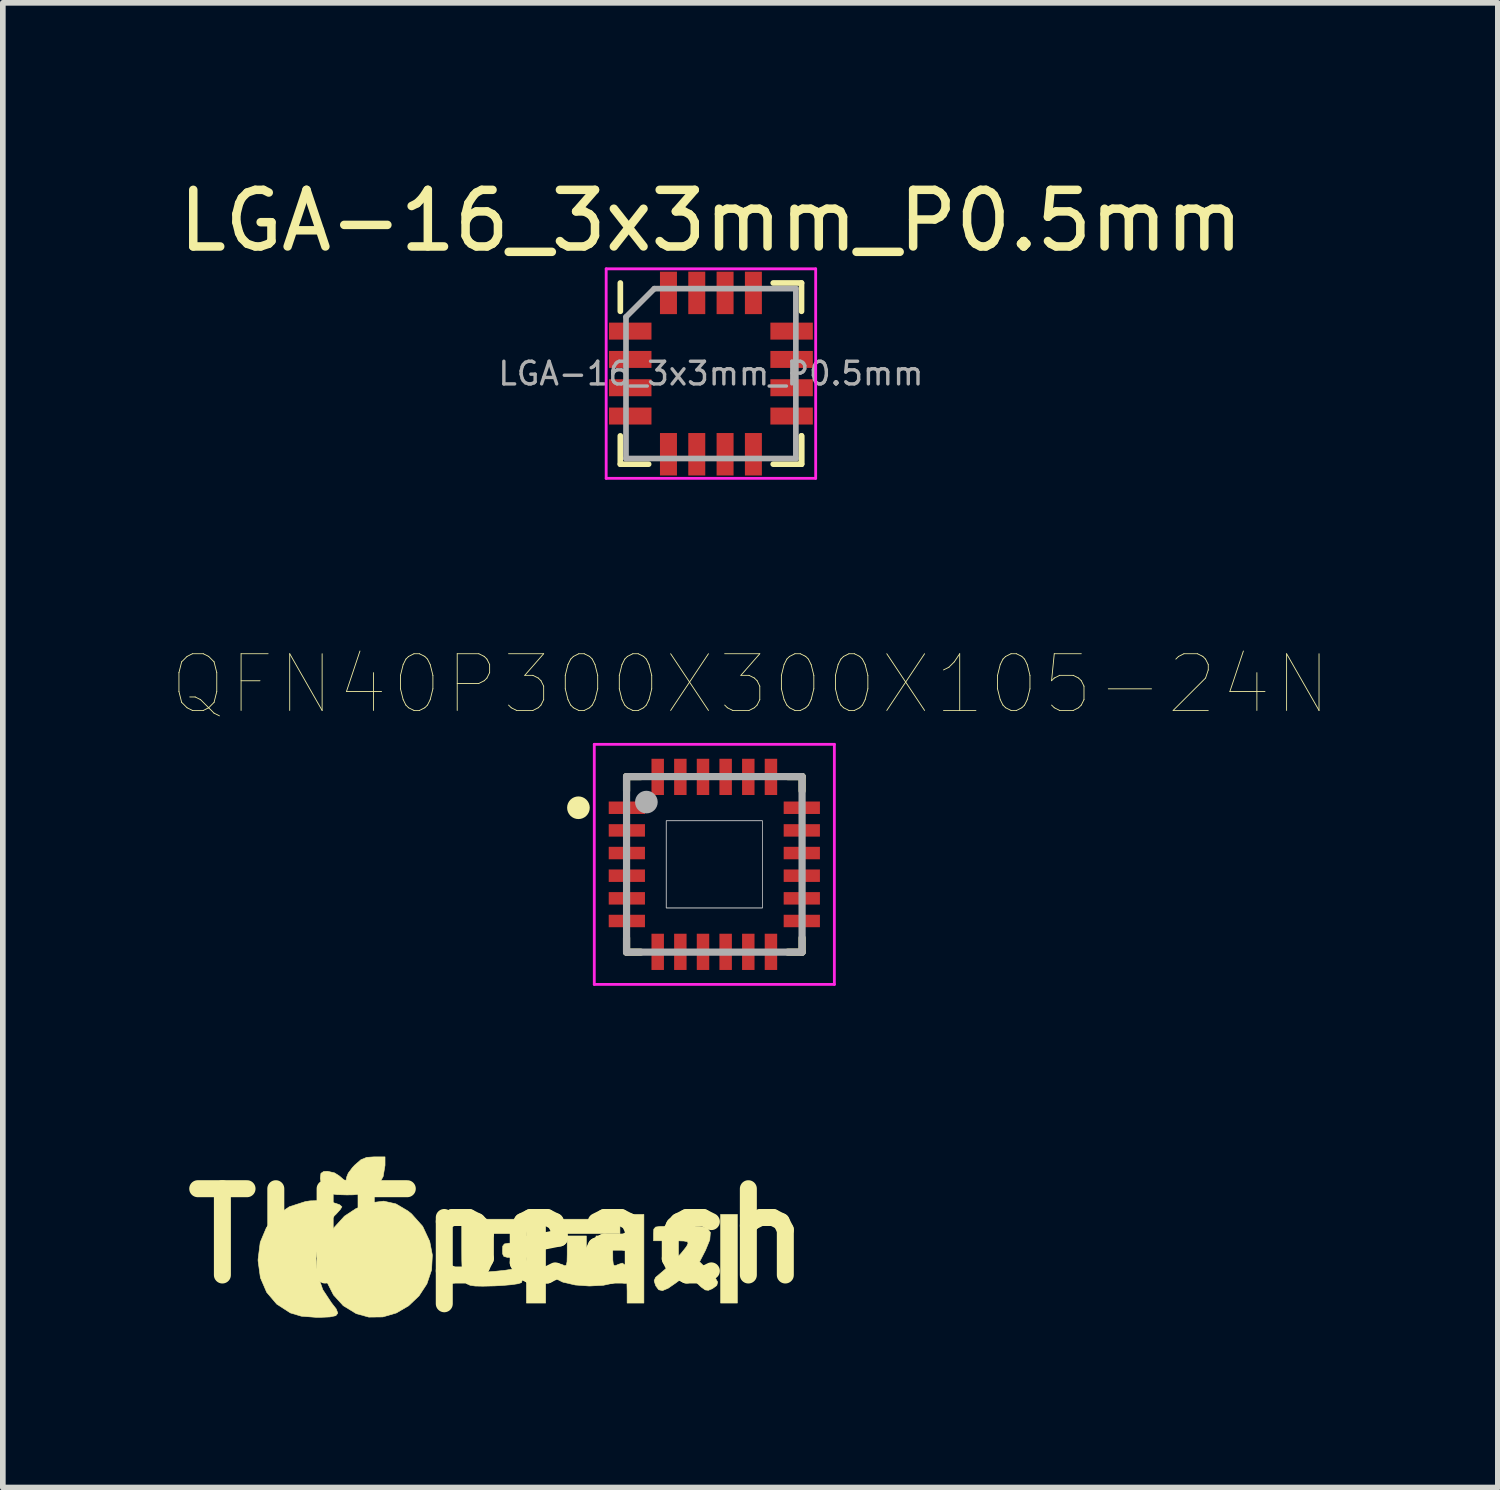
<source format=kicad_pcb>
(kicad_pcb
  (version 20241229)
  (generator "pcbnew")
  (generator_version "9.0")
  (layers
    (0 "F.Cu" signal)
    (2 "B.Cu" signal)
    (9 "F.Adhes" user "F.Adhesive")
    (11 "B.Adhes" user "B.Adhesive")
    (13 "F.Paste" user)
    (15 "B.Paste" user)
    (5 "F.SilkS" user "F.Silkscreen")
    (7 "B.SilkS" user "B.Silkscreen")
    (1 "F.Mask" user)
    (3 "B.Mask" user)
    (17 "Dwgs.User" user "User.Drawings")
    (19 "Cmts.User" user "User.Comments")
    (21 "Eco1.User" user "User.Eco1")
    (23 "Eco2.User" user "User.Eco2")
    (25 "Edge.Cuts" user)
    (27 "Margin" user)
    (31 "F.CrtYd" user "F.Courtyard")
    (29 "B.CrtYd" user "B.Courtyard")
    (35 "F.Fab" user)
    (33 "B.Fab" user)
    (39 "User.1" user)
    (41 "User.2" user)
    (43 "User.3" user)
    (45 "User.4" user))
  (footprint "THEpeach"
    (layer "F.Cu")
    (at 5.74 18.779)
    (property "Reference" "THEpeach" (at 0 0 0) (layer "F.SilkS") (effects (font (size 1.524 1.524) (thickness 0.3))))
    (attr through_hole)
    (fp_poly (pts (xy 2.159 -0.042) (xy 1.058 -0.042) (xy 1.058 -0.296) (xy 2.159 -0.296) (xy 2.159 -0.042)) (stroke (width 0.01) (type solid)) (fill yes) (layer "F.SilkS"))
    (fp_poly (pts (xy 4.233 1.185) (xy 3.937 1.185) (xy 3.937 -0.381) (xy 4.233 -0.381) (xy 4.233 1.185)) (stroke (width 0.01) (type solid)) (fill yes) (layer "F.SilkS"))
    (fp_poly (pts (xy 0.847 1.185) (xy 0.508 1.185) (xy 0.508 0.381) (xy 0.296 0.381) (xy 0.171 0.378) (xy 0.109 0.361) (xy 0.087 0.317) (xy 0.085 0.254) (xy 0.089 0.179) (xy 0.118 0.141) (xy 0.192 0.128) (xy 0.296 0.127) (xy 0.508 0.127) (xy 0.508 -0.381) (xy 0.847 -0.381) (xy 0.847 1.185)) (stroke (width 0.01) (type solid)) (fill yes) (layer "F.SilkS"))
    (fp_poly (pts (xy -1.798 -0.567) (xy -1.586 -0.442) (xy -1.522 -0.391) (xy -1.325 -0.17) (xy -1.201 0.094) (xy -1.154 0.337) (xy -1.168 0.601) (xy -1.25 0.845) (xy -1.389 1.058) (xy -1.573 1.233) (xy -1.79 1.36) (xy -2.029 1.43) (xy -2.276 1.433) (xy -2.498 1.372) (xy -2.728 1.231) (xy -2.9 1.042) (xy -3.013 0.819) (xy -3.069 0.574) (xy -3.066 0.321) (xy -3.004 0.074) (xy -2.884 -0.154) (xy -2.706 -0.35) (xy -2.504 -0.483) (xy -2.244 -0.586) (xy -2.013 -0.615) (xy -1.798 -0.567)) (stroke (width 0.01) (type solid)) (fill yes) (layer "F.SilkS"))
    (fp_poly (pts (xy -1.99 -1.247) (xy -2.023 -1.05) (xy -2.115 -0.886) (xy -2.238 -0.786) (xy -2.363 -0.748) (xy -2.547 -0.727) (xy -2.664 -0.725) (xy -2.838 -0.73) (xy -2.951 -0.748) (xy -3.025 -0.784) (xy -3.051 -0.807) (xy -3.112 -0.91) (xy -3.133 -1.016) (xy -3.122 -1.106) (xy -3.073 -1.139) (xy -3.006 -1.143) (xy -2.881 -1.114) (xy -2.794 -1.058) (xy -2.715 -0.989) (xy -2.677 -0.984) (xy -2.667 -1.041) (xy -2.639 -1.11) (xy -2.567 -1.206) (xy -2.523 -1.253) (xy -2.416 -1.346) (xy -2.314 -1.388) (xy -2.184 -1.397) (xy -1.99 -1.397) (xy -1.99 -1.247)) (stroke (width 0.01) (type solid)) (fill yes) (layer "F.SilkS"))
    (fp_poly (pts (xy 0.296 -0.042) (xy -0.296 -0.042) (xy -0.296 0.645) (xy -0.032 0.623) (xy 0.124 0.607) (xy 0.256 0.587) (xy 0.322 0.572) (xy 0.39 0.566) (xy 0.425 0.618) (xy 0.436 0.663) (xy 0.44 0.764) (xy 0.419 0.824) (xy 0.362 0.843) (xy 0.24 0.861) (xy 0.074 0.875) (xy -0.057 0.882) (xy -0.262 0.887) (xy -0.399 0.884) (xy -0.487 0.871) (xy -0.543 0.845) (xy -0.564 0.827) (xy -0.595 0.783) (xy -0.615 0.712) (xy -0.628 0.601) (xy -0.634 0.432) (xy -0.635 0.23) (xy -0.635 -0.296) (xy 0.296 -0.296) (xy 0.296 -0.042)) (stroke (width 0.01) (type solid)) (fill yes) (layer "F.SilkS"))
    (fp_poly (pts (xy -3.031 -0.611) (xy -2.895 -0.586) (xy -2.794 -0.553) (xy -2.752 -0.516) (xy -2.752 -0.514) (xy -2.78 -0.468) (xy -2.851 -0.389) (xy -2.884 -0.357) (xy -3.059 -0.138) (xy -3.168 0.119) (xy -3.209 0.396) (xy -3.183 0.678) (xy -3.089 0.949) (xy -2.936 1.181) (xy -2.852 1.289) (xy -2.824 1.363) (xy -2.859 1.408) (xy -2.963 1.43) (xy -3.143 1.438) (xy -3.196 1.438) (xy -3.468 1.417) (xy -3.662 1.359) (xy -3.902 1.204) (xy -4.08 0.995) (xy -4.191 0.737) (xy -4.232 0.438) (xy -4.232 0.414) (xy -4.194 0.112) (xy -4.084 -0.149) (xy -3.911 -0.36) (xy -3.68 -0.516) (xy -3.398 -0.607) (xy -3.313 -0.62) (xy -3.178 -0.624) (xy -3.031 -0.611)) (stroke (width 0.01) (type solid)) (fill yes) (layer "F.SilkS"))
    (fp_poly (pts (xy 3.381 -0.373) (xy 3.422 -0.338) (xy 3.429 -0.275) (xy 3.44 -0.203) (xy 3.49 -0.174) (xy 3.576 -0.169) (xy 3.699 -0.143) (xy 3.756 -0.063) (xy 3.746 0.068) (xy 3.671 0.251) (xy 3.565 0.457) (xy 3.73 0.618) (xy 3.84 0.735) (xy 3.885 0.815) (xy 3.869 0.874) (xy 3.794 0.929) (xy 3.788 0.932) (xy 3.721 0.96) (xy 3.665 0.953) (xy 3.593 0.901) (xy 3.518 0.83) (xy 3.355 0.67) (xy 3.156 0.822) (xy 3.011 0.923) (xy 2.911 0.965) (xy 2.843 0.95) (xy 2.791 0.879) (xy 2.787 0.868) (xy 2.763 0.792) (xy 2.788 0.733) (xy 2.862 0.67) (xy 2.988 0.563) (xy 3.123 0.433) (xy 3.243 0.303) (xy 3.328 0.196) (xy 3.345 0.169) (xy 3.363 0.126) (xy 3.35 0.101) (xy 3.29 0.089) (xy 3.17 0.085) (xy 3.071 0.085) (xy 2.752 0.085) (xy 2.752 -0.042) (xy 2.757 -0.12) (xy 2.789 -0.157) (xy 2.87 -0.169) (xy 2.942 -0.169) (xy 3.06 -0.174) (xy 3.115 -0.195) (xy 3.132 -0.247) (xy 3.133 -0.275) (xy 3.144 -0.347) (xy 3.194 -0.376) (xy 3.281 -0.381) (xy 3.381 -0.373)) (stroke (width 0.01) (type solid)) (fill yes) (layer "F.SilkS"))
    (fp_poly (pts (xy 2.582 1.185) (xy 2.286 1.185) (xy 2.286 0.974) (xy 2.283 0.853) (xy 2.276 0.776) (xy 2.27 0.762) (xy 2.224 0.775) (xy 2.127 0.807) (xy 2.074 0.826) (xy 1.866 0.871) (xy 1.619 0.884) (xy 1.37 0.866) (xy 1.157 0.817) (xy 1.143 0.812) (xy 1.005 0.742) (xy 0.947 0.667) (xy 0.964 0.578) (xy 0.992 0.536) (xy 1.054 0.484) (xy 1.13 0.501) (xy 1.14 0.506) (xy 1.187 0.527) (xy 1.213 0.514) (xy 1.225 0.453) (xy 1.228 0.327) (xy 1.228 0.277) (xy 1.228 0) (xy 1.566 0) (xy 1.566 0.318) (xy 1.568 0.48) (xy 1.577 0.575) (xy 1.598 0.621) (xy 1.636 0.635) (xy 1.651 0.635) (xy 1.694 0.628) (xy 1.72 0.593) (xy 1.732 0.515) (xy 1.736 0.375) (xy 1.736 0.318) (xy 1.736 0) (xy 2.032 0) (xy 2.032 0.277) (xy 2.033 0.424) (xy 2.042 0.502) (xy 2.063 0.527) (xy 2.104 0.514) (xy 2.122 0.505) (xy 2.2 0.479) (xy 2.247 0.512) (xy 2.248 0.514) (xy 2.264 0.5) (xy 2.276 0.412) (xy 2.283 0.26) (xy 2.285 0.095) (xy 2.286 -0.381) (xy 2.582 -0.381) (xy 2.582 1.185)) (stroke (width 0.01) (type solid)) (fill yes) (layer "F.SilkS")))
  (footprint "LGA-16_3x3mm_P0.5mm"
    (layer "F.Cu")
    (at 9.506 3.548)
    (property "Reference" "LGA-16_3x3mm_P0.5mm" (at 0 -2.7 0) (layer "F.SilkS") (effects (font (size 1 1) (thickness 0.15))))
    (attr smd)
    (fp_line (start -1.6 -1.6) (end -1.6 -1.1) (stroke (width 0.1) (type solid)) (layer "F.SilkS"))
    (fp_line (start -1.6 1.6) (end -1.6 1.1) (stroke (width 0.1) (type solid)) (layer "F.SilkS"))
    (fp_line (start -1.6 1.6) (end -1.1 1.6) (stroke (width 0.1) (type solid)) (layer "F.SilkS"))
    (fp_line (start 1.1 -1.6) (end 1.6 -1.6) (stroke (width 0.1) (type solid)) (layer "F.SilkS"))
    (fp_line (start 1.6 -1.6) (end 1.6 -1.1) (stroke (width 0.1) (type solid)) (layer "F.SilkS"))
    (fp_line (start 1.6 1.1) (end 1.6 1.6) (stroke (width 0.1) (type solid)) (layer "F.SilkS"))
    (fp_line (start 1.6 1.6) (end 1.1 1.6) (stroke (width 0.1) (type solid)) (layer "F.SilkS"))
    (fp_line (start 1.6 1.6) (end 1.6 1.1) (stroke (width 0.1) (type solid)) (layer "F.SilkS"))
    (fp_line (start -1.85 -1.85) (end 1.85 -1.85) (stroke (width 0.05) (type solid)) (layer "F.CrtYd"))
    (fp_line (start -1.85 1.85) (end -1.85 -1.85) (stroke (width 0.05) (type solid)) (layer "F.CrtYd"))
    (fp_line (start 1.85 -1.85) (end 1.85 1.85) (stroke (width 0.05) (type solid)) (layer "F.CrtYd"))
    (fp_line (start 1.85 1.85) (end -1.85 1.85) (stroke (width 0.05) (type solid)) (layer "F.CrtYd"))
    (fp_line (start -1.5 -1) (end -1 -1.5) (stroke (width 0.1) (type solid)) (layer "F.Fab"))
    (fp_line (start -1.5 1.5) (end -1.5 -1) (stroke (width 0.1) (type solid)) (layer "F.Fab"))
    (fp_line (start -1 -1.5) (end 1.5 -1.5) (stroke (width 0.1) (type solid)) (layer "F.Fab"))
    (fp_line (start 1.5 -1.5) (end 1.5 1.5) (stroke (width 0.1) (type solid)) (layer "F.Fab"))
    (fp_line (start 1.5 1.5) (end -1.5 1.5) (stroke (width 0.1) (type solid)) (layer "F.Fab"))
    (fp_text user "${REFERENCE}" (at 0 0 180) (layer "F.Fab") (effects (font (size 0.4 0.4) (thickness 0.06))))
    (pad "1" smd rect (at -1.425 -0.75 90) (size 0.3 0.75) (layers "F.Cu" "F.Mask" "F.Paste"))
    (pad "2" smd rect (at -1.425 -0.25 90) (size 0.3 0.75) (layers "F.Cu" "F.Mask" "F.Paste"))
    (pad "3" smd rect (at -1.425 0.25 90) (size 0.3 0.75) (layers "F.Cu" "F.Mask" "F.Paste"))
    (pad "4" smd rect (at -1.425 0.75 90) (size 0.3 0.75) (layers "F.Cu" "F.Mask" "F.Paste"))
    (pad "5" smd rect (at -0.75 1.425) (size 0.3 0.75) (layers "F.Cu" "F.Mask" "F.Paste"))
    (pad "6" smd rect (at -0.25 1.425) (size 0.3 0.75) (layers "F.Cu" "F.Mask" "F.Paste"))
    (pad "7" smd rect (at 0.25 1.425) (size 0.3 0.75) (layers "F.Cu" "F.Mask" "F.Paste"))
    (pad "8" smd rect (at 0.75 1.425) (size 0.3 0.75) (layers "F.Cu" "F.Mask" "F.Paste"))
    (pad "9" smd rect (at 1.425 0.75 90) (size 0.3 0.75) (layers "F.Cu" "F.Mask" "F.Paste"))
    (pad "10" smd rect (at 1.425 0.25 90) (size 0.3 0.75) (layers "F.Cu" "F.Mask" "F.Paste"))
    (pad "11" smd rect (at 1.425 -0.25 90) (size 0.3 0.75) (layers "F.Cu" "F.Mask" "F.Paste"))
    (pad "12" smd rect (at 1.425 -0.75 90) (size 0.3 0.75) (layers "F.Cu" "F.Mask" "F.Paste"))
    (pad "13" smd rect (at 0.75 -1.425) (size 0.3 0.75) (layers "F.Cu" "F.Mask" "F.Paste"))
    (pad "14" smd rect (at 0.25 -1.425) (size 0.3 0.75) (layers "F.Cu" "F.Mask" "F.Paste"))
    (pad "15" smd rect (at -0.25 -1.425) (size 0.3 0.75) (layers "F.Cu" "F.Mask" "F.Paste"))
    (pad "16" smd rect (at -0.75 -1.425) (size 0.3 0.75) (layers "F.Cu" "F.Mask" "F.Paste")))
  (footprint "QFN40P300X300X105-24N"
    (layer "F.Cu")
    (at 9.566 12.216)
    (property "Reference" "QFN40P300X300X105-24N" (at 0.636 -3.181 0) (layer "F.SilkS") (effects (font (size 1.002 1.002) (thickness 0.015))))
    (attr through_hole)
    (fp_line (start -1.55 -1.55) (end -1.55 -1.3) (stroke (width 0.127) (type solid)) (layer "F.SilkS"))
    (fp_line (start -1.55 1.3) (end -1.55 1.55) (stroke (width 0.127) (type solid)) (layer "F.SilkS"))
    (fp_line (start -1.55 1.55) (end -1.3 1.55) (stroke (width 0.127) (type solid)) (layer "F.SilkS"))
    (fp_line (start -1.3 -1.55) (end -1.55 -1.55) (stroke (width 0.127) (type solid)) (layer "F.SilkS"))
    (fp_line (start 1.3 -1.55) (end 1.55 -1.55) (stroke (width 0.127) (type solid)) (layer "F.SilkS"))
    (fp_line (start 1.55 -1.55) (end 1.55 -1.3) (stroke (width 0.127) (type solid)) (layer "F.SilkS"))
    (fp_line (start 1.55 1.3) (end 1.55 1.55) (stroke (width 0.127) (type solid)) (layer "F.SilkS"))
    (fp_line (start 1.55 1.55) (end 1.3 1.55) (stroke (width 0.127) (type solid)) (layer "F.SilkS"))
    (fp_circle (center -2.4 -1) (end -2.3 -1) (stroke (width 0.2) (type solid)) (fill no) (layer "F.SilkS"))
    (fp_poly (pts (xy -0.85 -0.77) (xy 0.85 -0.77) (xy 0.85 0.77) (xy -0.85 0.77)) (stroke (width 0.01) (type solid)) (fill no) (layer "Dwgs.User"))
    (fp_poly (pts (xy -0.85 -0.77) (xy 0.85 -0.77) (xy 0.85 0.77) (xy -0.85 0.77)) (stroke (width 0.01) (type solid)) (fill no) (layer "Dwgs.User"))
    (fp_line (start -2.12 -2.12) (end 2.12 -2.12) (stroke (width 0.05) (type solid)) (layer "F.CrtYd"))
    (fp_line (start -2.12 2.12) (end -2.12 -2.12) (stroke (width 0.05) (type solid)) (layer "F.CrtYd"))
    (fp_line (start 2.12 -2.12) (end 2.12 2.12) (stroke (width 0.05) (type solid)) (layer "F.CrtYd"))
    (fp_line (start 2.12 2.12) (end -2.12 2.12) (stroke (width 0.05) (type solid)) (layer "F.CrtYd"))
    (fp_line (start -1.55 -1.55) (end 1.55 -1.55) (stroke (width 0.127) (type solid)) (layer "F.Fab"))
    (fp_line (start -1.55 1.55) (end -1.55 -1.55) (stroke (width 0.127) (type solid)) (layer "F.Fab"))
    (fp_line (start 1.55 -1.55) (end 1.55 1.55) (stroke (width 0.127) (type solid)) (layer "F.Fab"))
    (fp_line (start 1.55 1.55) (end -1.55 1.55) (stroke (width 0.127) (type solid)) (layer "F.Fab"))
    (fp_circle (center -1.2 -1.1) (end -1.1 -1.1) (stroke (width 0.2) (type solid)) (fill no) (layer "F.Fab"))
    (pad "1" smd rect (at -1.545 -1) (size 0.64 0.22) (layers "F.Cu" "F.Mask" "F.Paste"))
    (pad "2" smd rect (at -1.545 -0.6) (size 0.64 0.22) (layers "F.Cu" "F.Mask" "F.Paste"))
    (pad "3" smd rect (at -1.545 -0.2) (size 0.64 0.22) (layers "F.Cu" "F.Mask" "F.Paste"))
    (pad "4" smd rect (at -1.545 0.2) (size 0.64 0.22) (layers "F.Cu" "F.Mask" "F.Paste"))
    (pad "5" smd rect (at -1.545 0.6) (size 0.64 0.22) (layers "F.Cu" "F.Mask" "F.Paste"))
    (pad "6" smd rect (at -1.545 1) (size 0.64 0.22) (layers "F.Cu" "F.Mask" "F.Paste"))
    (pad "7" smd rect (at -1 1.545) (size 0.22 0.64) (layers "F.Cu" "F.Mask" "F.Paste"))
    (pad "8" smd rect (at -0.6 1.545) (size 0.22 0.64) (layers "F.Cu" "F.Mask" "F.Paste"))
    (pad "9" smd rect (at -0.2 1.545) (size 0.22 0.64) (layers "F.Cu" "F.Mask" "F.Paste"))
    (pad "10" smd rect (at 0.2 1.545) (size 0.22 0.64) (layers "F.Cu" "F.Mask" "F.Paste"))
    (pad "11" smd rect (at 0.6 1.545) (size 0.22 0.64) (layers "F.Cu" "F.Mask" "F.Paste"))
    (pad "12" smd rect (at 1 1.545) (size 0.22 0.64) (layers "F.Cu" "F.Mask" "F.Paste"))
    (pad "13" smd rect (at 1.545 1) (size 0.64 0.22) (layers "F.Cu" "F.Mask" "F.Paste"))
    (pad "14" smd rect (at 1.545 0.6) (size 0.64 0.22) (layers "F.Cu" "F.Mask" "F.Paste"))
    (pad "15" smd rect (at 1.545 0.2) (size 0.64 0.22) (layers "F.Cu" "F.Mask" "F.Paste"))
    (pad "16" smd rect (at 1.545 -0.2) (size 0.64 0.22) (layers "F.Cu" "F.Mask" "F.Paste"))
    (pad "17" smd rect (at 1.545 -0.6) (size 0.64 0.22) (layers "F.Cu" "F.Mask" "F.Paste"))
    (pad "18" smd rect (at 1.545 -1) (size 0.64 0.22) (layers "F.Cu" "F.Mask" "F.Paste"))
    (pad "19" smd rect (at 1 -1.545) (size 0.22 0.64) (layers "F.Cu" "F.Mask" "F.Paste"))
    (pad "20" smd rect (at 0.6 -1.545) (size 0.22 0.64) (layers "F.Cu" "F.Mask" "F.Paste"))
    (pad "21" smd rect (at 0.2 -1.545) (size 0.22 0.64) (layers "F.Cu" "F.Mask" "F.Paste"))
    (pad "22" smd rect (at -0.2 -1.545) (size 0.22 0.64) (layers "F.Cu" "F.Mask" "F.Paste"))
    (pad "23" smd rect (at -0.6 -1.545) (size 0.22 0.64) (layers "F.Cu" "F.Mask" "F.Paste"))
    (pad "24" smd rect (at -1 -1.545) (size 0.22 0.64) (layers "F.Cu" "F.Mask" "F.Paste")))
  (gr_rect
    (start -3 -3)
    (end 23.404 23.222)
    (stroke (width 0.1) (type default))
    (fill no)
    (layer "Edge.Cuts")))
</source>
